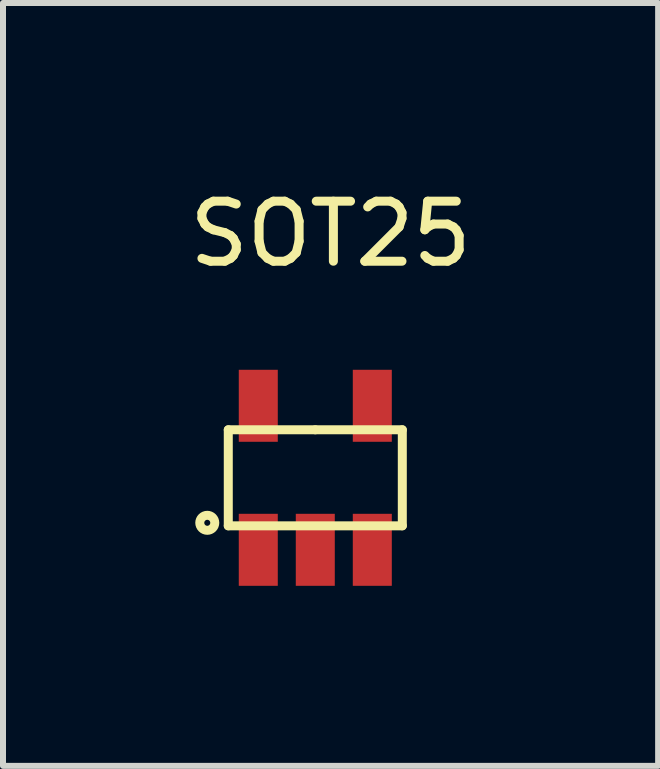
<source format=kicad_pcb>
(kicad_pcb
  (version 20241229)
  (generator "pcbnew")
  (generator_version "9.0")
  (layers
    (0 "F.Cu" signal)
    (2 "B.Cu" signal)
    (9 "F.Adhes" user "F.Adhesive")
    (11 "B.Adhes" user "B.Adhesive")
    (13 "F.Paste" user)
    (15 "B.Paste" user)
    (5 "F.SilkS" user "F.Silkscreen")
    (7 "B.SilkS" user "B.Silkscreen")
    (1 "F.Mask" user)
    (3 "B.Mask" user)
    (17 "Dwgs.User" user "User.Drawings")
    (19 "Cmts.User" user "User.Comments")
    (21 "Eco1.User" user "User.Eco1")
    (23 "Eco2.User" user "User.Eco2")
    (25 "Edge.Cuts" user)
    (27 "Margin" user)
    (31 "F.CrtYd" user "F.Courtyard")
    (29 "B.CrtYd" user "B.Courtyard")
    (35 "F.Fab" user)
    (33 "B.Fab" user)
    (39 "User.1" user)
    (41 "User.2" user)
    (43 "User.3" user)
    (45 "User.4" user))
  (footprint "SOT25"
    (layer "F.Cu")
    (at 2.204 4.912)
    (property "Reference" "SOT25" (at 0.254 -4.064 0) (layer "F.SilkS") (effects (font (size 1 1) (thickness 0.15))))
    (attr smd)
    (fp_line (start -1.45 -0.8) (end -1.45 0.8) (stroke (width 0.15) (type solid)) (layer "F.SilkS"))
    (fp_line (start -1.45 0.8) (end 1.45 0.8) (stroke (width 0.15) (type solid)) (layer "F.SilkS"))
    (fp_line (start 0 -0.8) (end -1.45 -0.8) (stroke (width 0.15) (type solid)) (layer "F.SilkS"))
    (fp_line (start 1.45 -0.8) (end 0 -0.8) (stroke (width 0.15) (type solid)) (layer "F.SilkS"))
    (fp_line (start 1.45 0.8) (end 1.45 -0.8) (stroke (width 0.15) (type solid)) (layer "F.SilkS"))
    (fp_circle (center -1.8 0.75) (end -1.75 0.75) (stroke (width 0.15) (type solid)) (fill no) (layer "F.SilkS"))
    (pad "1" smd rect (at -0.95 1.2) (size 0.65 1.2) (layers "F.Cu" "F.Mask" "F.Paste"))
    (pad "2" smd rect (at 0 1.2) (size 0.65 1.2) (layers "F.Cu" "F.Mask" "F.Paste"))
    (pad "3" smd rect (at 0.95 1.2) (size 0.65 1.2) (layers "F.Cu" "F.Mask" "F.Paste"))
    (pad "4" smd rect (at 0.95 -1.2) (size 0.65 1.2) (layers "F.Cu" "F.Mask" "F.Paste"))
    (pad "5" smd rect (at -0.95 -1.2) (size 0.65 1.2) (layers "F.Cu" "F.Mask" "F.Paste")))
  (gr_rect
    (start -3 -3)
    (end 7.917 9.712)
    (stroke (width 0.1) (type default))
    (fill no)
    (layer "Edge.Cuts")))
</source>
